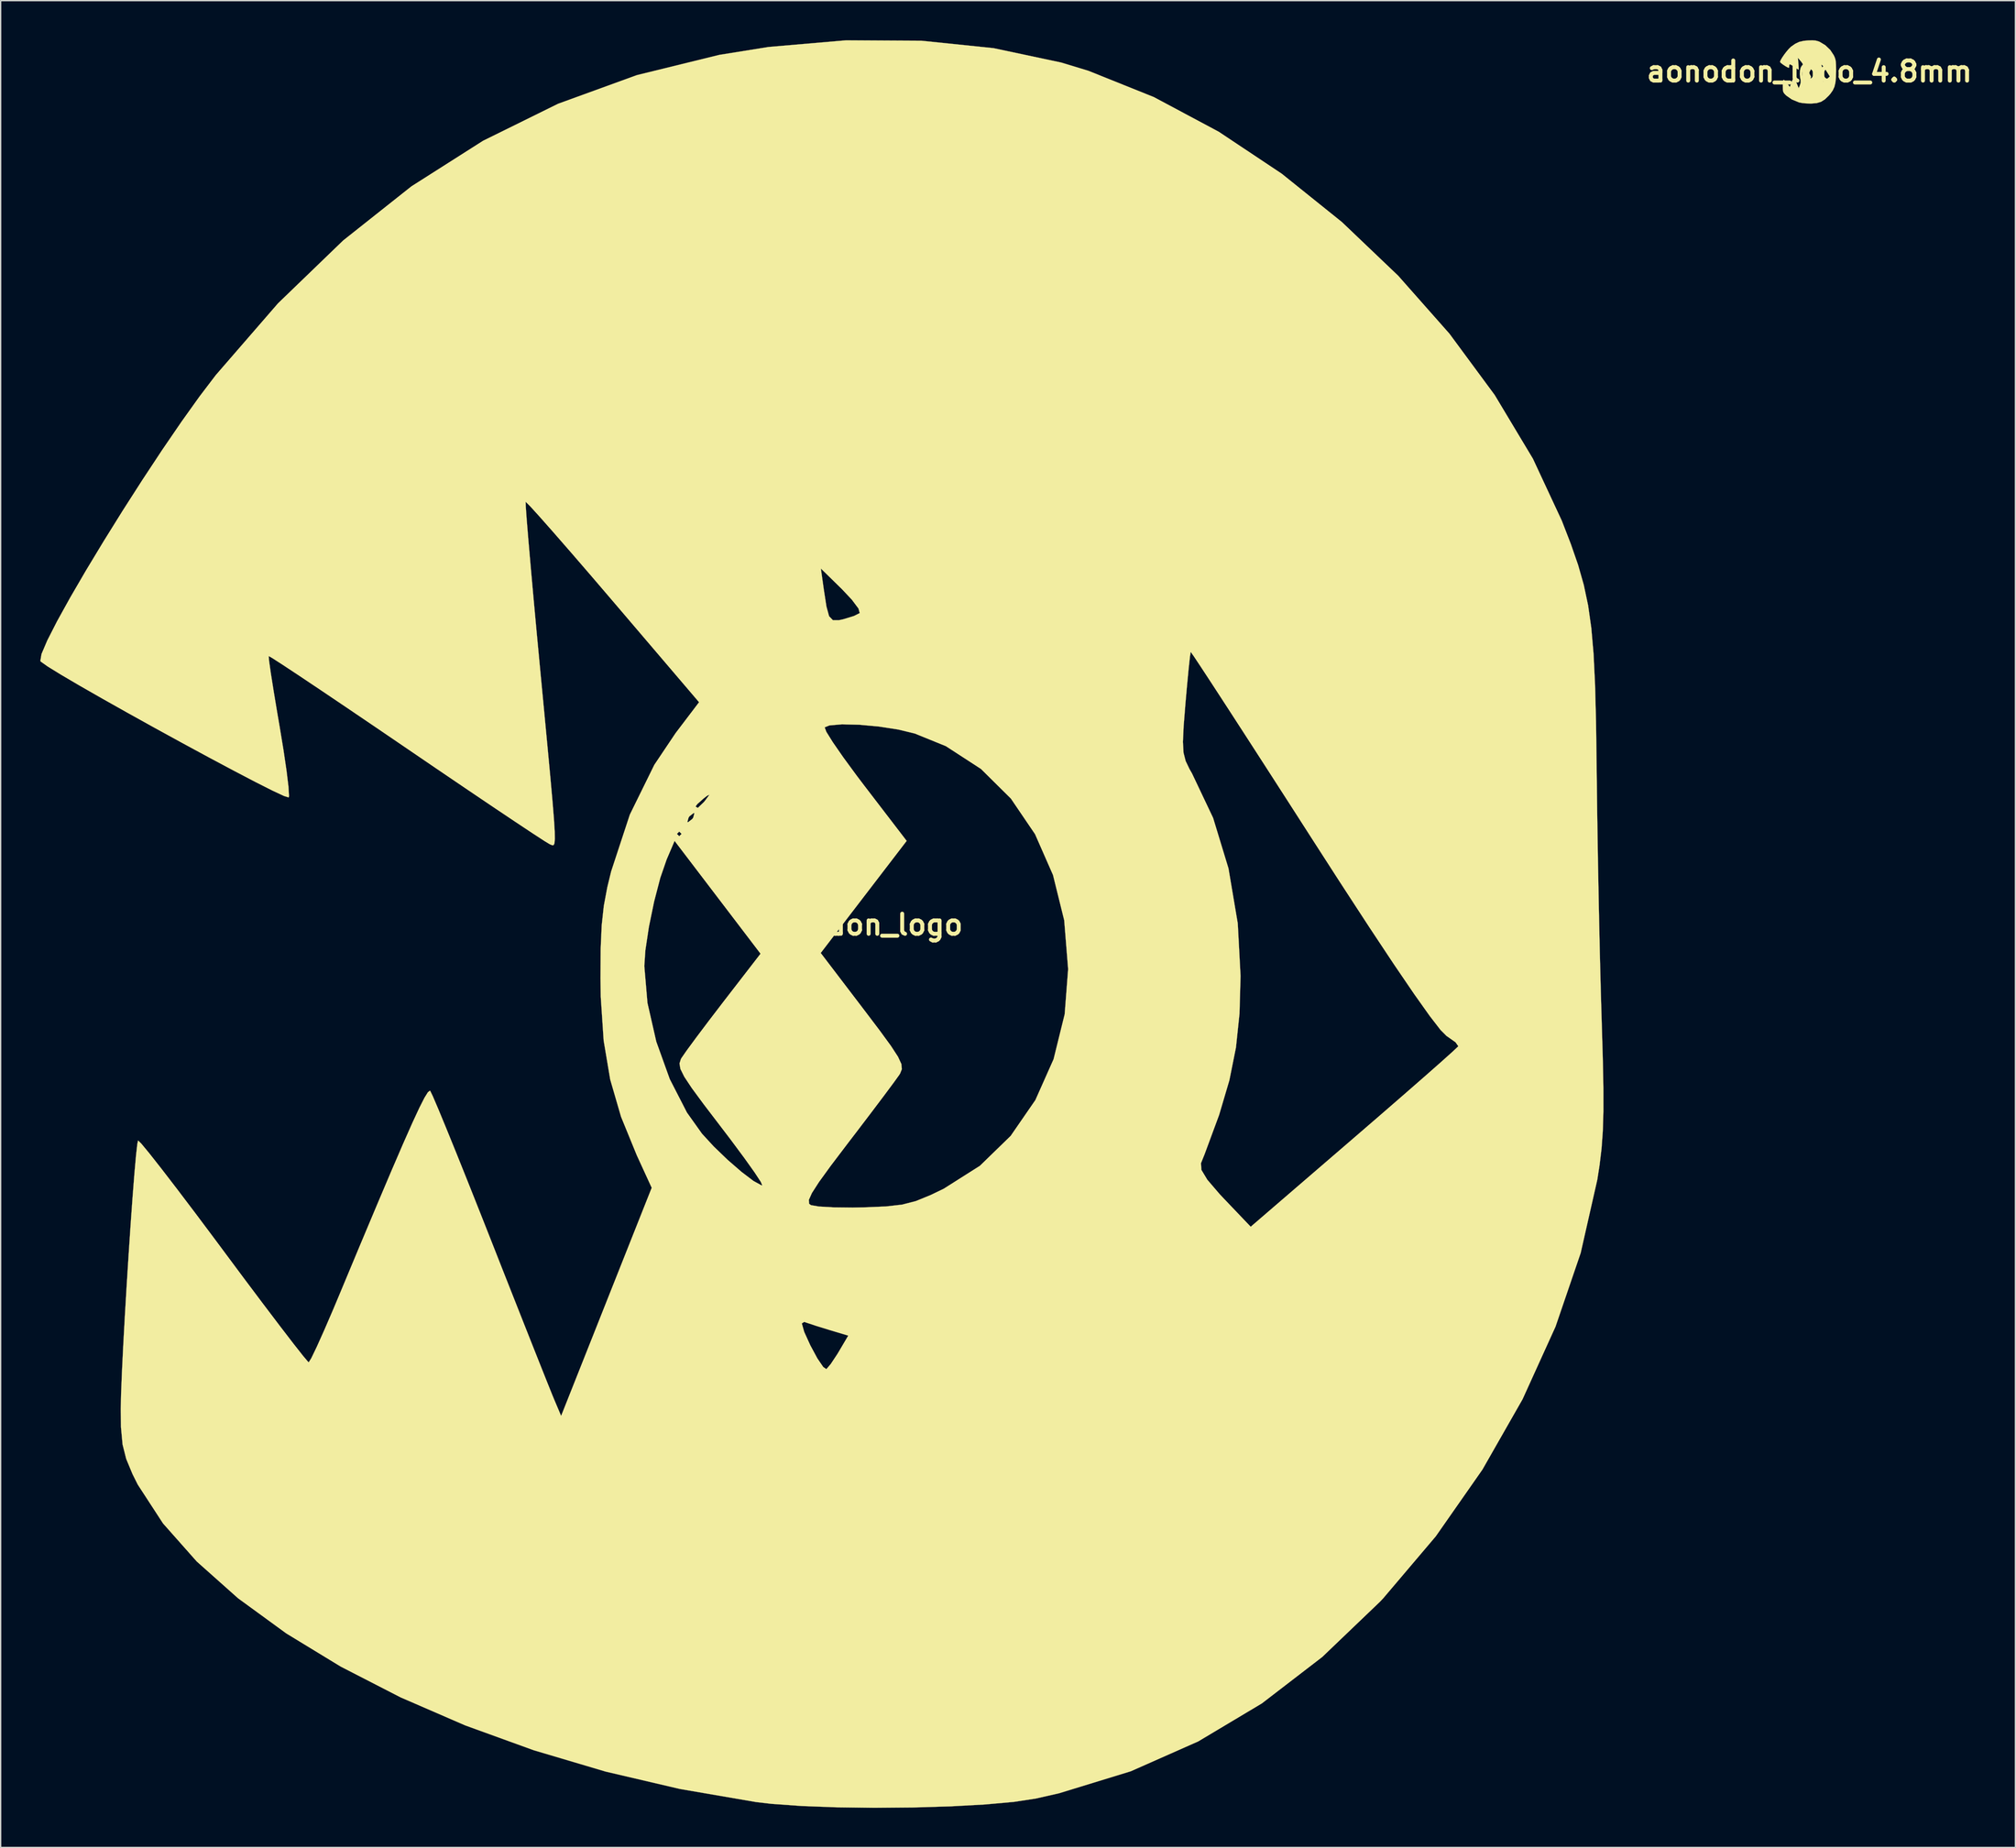
<source format=kicad_pcb>
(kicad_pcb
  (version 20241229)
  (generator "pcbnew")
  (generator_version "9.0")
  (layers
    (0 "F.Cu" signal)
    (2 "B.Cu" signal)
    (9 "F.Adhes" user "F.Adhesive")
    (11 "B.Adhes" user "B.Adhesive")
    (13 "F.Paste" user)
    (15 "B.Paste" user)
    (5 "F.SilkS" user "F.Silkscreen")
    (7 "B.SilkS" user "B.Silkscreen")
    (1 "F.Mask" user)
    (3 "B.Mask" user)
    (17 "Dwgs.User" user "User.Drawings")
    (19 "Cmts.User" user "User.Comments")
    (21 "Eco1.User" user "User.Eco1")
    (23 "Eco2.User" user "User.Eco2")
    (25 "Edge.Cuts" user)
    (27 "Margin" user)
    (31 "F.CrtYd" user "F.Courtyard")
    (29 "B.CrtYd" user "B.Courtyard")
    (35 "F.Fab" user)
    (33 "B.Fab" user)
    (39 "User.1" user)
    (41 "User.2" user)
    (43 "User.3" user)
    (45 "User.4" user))
  (footprint "aonodon_logo_4.8mm"
    (layer "F.Cu")
    (at 133.985 2.366)
    (property "Reference" "aonodon_logo_4.8mm" (at 0 0 0) (layer "F.SilkS") (effects (font (size 1.524 1.524) (thickness 0.3))))
    (attr through_hole)
    (fp_poly (pts (xy 0.461 -2.343) (xy 0.66 -2.291) (xy 0.78 -2.243) (xy 1.207 -1.986) (xy 1.577 -1.631) (xy 1.84 -1.234) (xy 1.917 -1.068) (xy 1.968 -0.913) (xy 1.998 -0.733) (xy 2.013 -0.494) (xy 2.018 -0.162) (xy 2.018 -0.034) (xy 2.007 0.461) (xy 1.968 0.849) (xy 1.892 1.162) (xy 1.769 1.429) (xy 1.59 1.684) (xy 1.474 1.819) (xy 1.18 2.106) (xy 0.888 2.292) (xy 0.558 2.394) (xy 0.146 2.429) (xy 0.035 2.429) (xy -0.274 2.417) (xy -0.566 2.386) (xy -0.785 2.343) (xy -0.8 2.338) (xy -1.328 2.12) (xy -1.746 1.83) (xy -1.792 1.788) (xy -1.913 1.662) (xy -1.981 1.545) (xy -2.011 1.389) (xy -2.018 1.148) (xy -2.018 1.1) (xy -2.01 0.863) (xy -1.987 0.694) (xy -1.956 0.626) (xy -1.955 0.626) (xy -1.88 0.678) (xy -1.76 0.809) (xy -1.689 0.901) (xy -1.486 1.176) (xy -1.363 0.832) (xy -1.284 0.638) (xy -1.214 0.513) (xy -1.184 0.487) (xy -1.131 0.546) (xy -1.049 0.7) (xy -0.972 0.876) (xy -0.814 1.265) (xy -0.717 1.034) (xy -0.66 0.842) (xy -0.663 0.713) (xy -0.031 0.713) (xy -0.021 0.759) (xy 0.056 0.765) (xy 0.194 0.717) (xy 0.331 0.609) (xy 0.491 0.353) (xy 0.53 0.082) (xy 0.451 -0.174) (xy 0.257 -0.38) (xy 0.244 -0.389) (xy 0.094 -0.461) (xy 0.016 -0.45) (xy 0.031 -0.367) (xy 0.068 -0.315) (xy 0.119 -0.21) (xy 0.073 -0.085) (xy 0.053 -0.053) (xy -0.014 0.08) (xy 0.012 0.195) (xy 0.052 0.26) (xy 0.116 0.389) (xy 0.095 0.502) (xy 0.041 0.592) (xy -0.031 0.713) (xy -0.663 0.713) (xy -0.665 0.638) (xy -0.698 0.48) (xy -0.729 0.224) (xy -0.726 0.154) (xy -0.557 0.154) (xy -0.55 0.3) (xy -0.517 0.327) (xy -0.443 0.264) (xy -0.369 0.131) (xy -0.371 0.04) (xy -0.443 -0.063) (xy -0.511 -0.043) (xy -0.553 0.085) (xy -0.557 0.154) (xy -0.726 0.154) (xy -0.716 -0.043) (xy -0.664 -0.277) (xy -0.582 -0.431) (xy -0.555 -0.453) (xy -0.499 -0.511) (xy -0.5 -0.516) (xy 0.914 -0.516) (xy 0.916 -0.442) (xy 0.974 -0.278) (xy 1.028 -0.032) (xy 1.029 0.301) (xy 1.025 0.35) (xy 1.015 0.569) (xy 1.025 0.72) (xy 1.049 0.765) (xy 1.136 0.723) (xy 1.277 0.616) (xy 1.328 0.572) (xy 1.545 0.378) (xy 1.25 -0.092) (xy 1.088 -0.336) (xy 0.974 -0.478) (xy 0.914 -0.516) (xy -0.5 -0.516) (xy -0.516 -0.594) (xy -0.616 -0.733) (xy -0.683 -0.813) (xy -0.872 -1.035) (xy -0.835 -0.587) (xy -0.819 -0.358) (xy -0.814 -0.197) (xy -0.821 -0.139) (xy -0.887 -0.175) (xy -1.03 -0.268) (xy -1.148 -0.348) (xy -1.351 -0.483) (xy -1.466 -0.542) (xy -1.517 -0.527) (xy -1.531 -0.445) (xy -1.531 -0.418) (xy -1.542 -0.304) (xy -1.557 -0.278) (xy -1.659 -0.314) (xy -1.819 -0.404) (xy -1.994 -0.519) (xy -2.143 -0.631) (xy -2.223 -0.713) (xy -2.227 -0.726) (xy -2.184 -0.848) (xy -2.072 -1.042) (xy -1.915 -1.273) (xy -1.736 -1.509) (xy -1.558 -1.717) (xy -1.407 -1.865) (xy -1.398 -1.873) (xy -1.076 -2.099) (xy -0.775 -2.242) (xy -0.438 -2.32) (xy -0.098 -2.352) (xy 0.225 -2.361) (xy 0.461 -2.343)) (stroke (width 0.01) (type solid)) (fill yes) (layer "F.SilkS")))
  (footprint "aonodon_logo"
    (layer "F.Cu")
    (at 61.974 67.009)
    (property "Reference" "aonodon_logo" (at 0 0 0) (layer "F.SilkS") (effects (font (size 1.524 1.524) (thickness 0.3))))
    (attr through_hole)
    (fp_poly (pts (xy 4.765 -66.972) (xy 10.222 -66.41) (xy 15.331 -65.324) (xy 17.395 -64.698) (xy 22.365 -62.702) (xy 27.277 -60.076) (xy 32.05 -56.895) (xy 36.605 -53.234) (xy 40.864 -49.17) (xy 44.747 -44.777) (xy 48.175 -40.13) (xy 51.069 -35.305) (xy 53.26 -30.602) (xy 53.941 -28.842) (xy 54.49 -27.26) (xy 54.921 -25.745) (xy 55.25 -24.189) (xy 55.492 -22.481) (xy 55.663 -20.514) (xy 55.776 -18.178) (xy 55.849 -15.363) (xy 55.895 -11.962) (xy 55.898 -11.652) (xy 55.938 -8.426) (xy 55.994 -4.903) (xy 56.062 -1.297) (xy 56.138 2.18) (xy 56.219 5.316) (xy 56.276 7.232) (xy 56.361 10.076) (xy 56.406 12.343) (xy 56.407 14.162) (xy 56.362 15.661) (xy 56.267 16.969) (xy 56.118 18.213) (xy 55.946 19.319) (xy 54.686 24.875) (xy 52.781 30.453) (xy 50.283 35.956) (xy 47.243 41.285) (xy 43.71 46.342) (xy 39.737 51.027) (xy 39.485 51.295) (xy 35.116 55.478) (xy 30.54 58.998) (xy 25.72 61.878) (xy 20.615 64.139) (xy 15.186 65.805) (xy 13.406 66.209) (xy 11.756 66.459) (xy 9.557 66.656) (xy 6.96 66.798) (xy 4.119 66.882) (xy 1.188 66.906) (xy -1.68 66.87) (xy -4.332 66.77) (xy -6.614 66.605) (xy -7.761 66.472) (xy -13.529 65.48) (xy -19.16 64.162) (xy -24.601 62.546) (xy -29.795 60.662) (xy -34.687 58.539) (xy -39.221 56.207) (xy -43.343 53.694) (xy -46.996 51.03) (xy -50.125 48.243) (xy -52.675 45.363) (xy -54.59 42.42) (xy -54.986 41.628) (xy -55.466 40.472) (xy -55.741 39.379) (xy -55.861 38.076) (xy -55.879 36.689) (xy -55.852 35.518) (xy -55.788 33.894) (xy -55.692 31.924) (xy -55.571 29.717) (xy -55.433 27.378) (xy -55.284 25.016) (xy -55.132 22.737) (xy -54.983 20.649) (xy -54.844 18.86) (xy -54.721 17.476) (xy -54.623 16.605) (xy -54.567 16.35) (xy -54.327 16.582) (xy -53.721 17.315) (xy -52.803 18.481) (xy -51.626 20.012) (xy -50.242 21.839) (xy -48.703 23.896) (xy -48.123 24.677) (xy -46.539 26.807) (xy -45.088 28.74) (xy -43.824 30.408) (xy -42.801 31.741) (xy -42.07 32.669) (xy -41.687 33.122) (xy -41.644 33.156) (xy -41.449 32.846) (xy -41.039 31.995) (xy -40.464 30.713) (xy -39.774 29.113) (xy -39.361 28.129) (xy -37.796 24.377) (xy -36.476 21.235) (xy -35.383 18.657) (xy -34.496 16.6) (xy -33.796 15.02) (xy -33.263 13.872) (xy -32.877 13.112) (xy -32.618 12.695) (xy -32.468 12.577) (xy -32.442 12.591) (xy -32.254 12.977) (xy -31.841 13.942) (xy -31.236 15.405) (xy -30.471 17.288) (xy -29.579 19.512) (xy -28.592 21.997) (xy -27.894 23.765) (xy -26.843 26.436) (xy -25.851 28.948) (xy -24.956 31.212) (xy -24.192 33.139) (xy -23.594 34.64) (xy -23.197 35.627) (xy -23.07 35.936) (xy -22.528 37.218) (xy -19.744 30.205) (xy -4.3 30.205) (xy -4.12 30.847) (xy -3.658 31.863) (xy -3.121 32.86) (xy -2.676 33.511) (xy -2.441 33.673) (xy -2.112 33.291) (xy -1.616 32.542) (xy -1.485 32.325) (xy -0.782 31.133) (xy -2.191 30.711) (xy -3.209 30.396) (xy -3.986 30.139) (xy -4.112 30.093) (xy -4.3 30.205) (xy -19.744 30.205) (xy -19.098 28.575) (xy -16.032 20.851) (xy -3.768 20.851) (xy -3.746 21.142) (xy -3.605 21.249) (xy -3.001 21.353) (xy -1.883 21.416) (xy -0.441 21.431) (xy 0.392 21.416) (xy 2.065 21.347) (xy 3.293 21.208) (xy 4.339 20.939) (xy 5.463 20.479) (xy 6.445 20.006) (xy 9.187 18.268) (xy 11.516 16.004) (xy 13.39 13.286) (xy 14.768 10.189) (xy 15.608 6.785) (xy 15.87 3.365) (xy 15.573 -0.335) (xy 14.725 -3.764) (xy 13.365 -6.859) (xy 11.533 -9.559) (xy 9.269 -11.801) (xy 6.613 -13.526) (xy 5.817 -13.85) (xy 24.563 -13.85) (xy 24.609 -13.03) (xy 24.769 -12.402) (xy 25.06 -11.794) (xy 25.25 -11.462) (xy 26.849 -8.091) (xy 28.014 -4.265) (xy 28.716 -0.103) (xy 28.928 3.881) (xy 28.849 6.731) (xy 28.581 9.296) (xy 28.082 11.785) (xy 27.306 14.409) (xy 26.209 17.376) (xy 25.931 18.07) (xy 25.96 18.572) (xy 26.411 19.323) (xy 27.34 20.408) (xy 27.691 20.781) (xy 29.697 22.885) (xy 37.514 16.15) (xy 39.504 14.431) (xy 41.312 12.861) (xy 42.873 11.497) (xy 44.118 10.399) (xy 44.98 9.626) (xy 45.392 9.237) (xy 45.418 9.205) (xy 45.208 8.906) (xy 44.584 8.466) (xy 44.536 8.438) (xy 44.075 7.975) (xy 43.255 6.913) (xy 42.081 5.259) (xy 40.556 3.019) (xy 38.686 0.199) (xy 36.475 -3.194) (xy 34.396 -6.422) (xy 32.566 -9.272) (xy 30.855 -11.93) (xy 29.3 -14.34) (xy 27.937 -16.445) (xy 26.804 -18.187) (xy 25.938 -19.509) (xy 25.376 -20.355) (xy 25.154 -20.667) (xy 25.152 -20.668) (xy 25.096 -20.317) (xy 24.997 -19.407) (xy 24.871 -18.083) (xy 24.753 -16.745) (xy 24.617 -15.031) (xy 24.563 -13.85) (xy 5.817 -13.85) (xy 4.259 -14.483) (xy 3.004 -14.787) (xy 1.539 -15.014) (xy 0.056 -15.15) (xy -1.257 -15.182) (xy -2.208 -15.098) (xy -2.569 -14.952) (xy -2.442 -14.613) (xy -1.948 -13.82) (xy -1.157 -12.678) (xy -0.137 -11.287) (xy 0.427 -10.543) (xy 3.641 -6.35) (xy 0.386 -2.104) (xy -2.868 2.143) (xy 0.36 6.379) (xy 1.596 8.011) (xy 2.452 9.185) (xy 2.982 9.999) (xy 3.239 10.553) (xy 3.276 10.944) (xy 3.146 11.272) (xy 3.07 11.393) (xy 2.68 11.936) (xy 1.948 12.921) (xy 0.962 14.229) (xy -0.189 15.743) (xy -0.83 16.58) (xy -2.113 18.272) (xy -2.999 19.495) (xy -3.535 20.328) (xy -3.768 20.851) (xy -16.032 20.851) (xy -15.667 19.932) (xy -16.8 17.462) (xy -17.989 14.553) (xy -18.809 11.734) (xy -19.306 8.781) (xy -19.526 5.467) (xy -19.547 4.057) (xy -19.541 3.129) (xy -16.228 3.129) (xy -15.989 5.93) (xy -15.321 8.86) (xy -14.299 11.701) (xy -12.998 14.236) (xy -11.857 15.838) (xy -10.964 16.809) (xy -9.917 17.816) (xy -8.868 18.726) (xy -7.968 19.411) (xy -7.369 19.74) (xy -7.296 19.752) (xy -7.401 19.491) (xy -7.875 18.767) (xy -8.654 17.674) (xy -9.671 16.303) (xy -10.437 15.297) (xy -11.725 13.61) (xy -12.628 12.383) (xy -13.2 11.52) (xy -13.493 10.929) (xy -13.563 10.516) (xy -13.461 10.187) (xy -13.408 10.094) (xy -13.021 9.536) (xy -12.301 8.556) (xy -11.348 7.29) (xy -10.263 5.872) (xy -10.187 5.773) (xy -7.425 2.198) (xy -10.68 -2.076) (xy -13.935 -6.35) (xy -14.538 -4.938) (xy -15.018 -3.549) (xy -15.485 -1.754) (xy -15.881 0.168) (xy -16.147 1.94) (xy -16.228 3.129) (xy -19.541 3.129) (xy -19.532 1.809) (xy -19.455 0.052) (xy -19.294 -1.428) (xy -19.029 -2.844) (xy -18.738 -4.037) (xy -17.804 -6.879) (xy -13.758 -6.879) (xy -13.582 -6.703) (xy -13.406 -6.879) (xy -13.582 -7.056) (xy -13.758 -6.879) (xy -17.804 -6.879) (xy -17.506 -7.784) (xy -12.966 -7.784) (xy -12.918 -7.761) (xy -12.596 -8.009) (xy -12.524 -8.114) (xy -12.434 -8.444) (xy -12.482 -8.467) (xy -12.804 -8.218) (xy -12.876 -8.114) (xy -12.966 -7.784) (xy -17.506 -7.784) (xy -17.324 -8.338) (xy -17.022 -8.953) (xy -12.347 -8.953) (xy -12.176 -8.847) (xy -11.707 -9.3) (xy -11.597 -9.437) (xy -11.292 -9.855) (xy -11.474 -9.767) (xy -11.73 -9.57) (xy -12.218 -9.135) (xy -12.347 -8.953) (xy -17.022 -8.953) (xy -15.468 -12.114) (xy -13.859 -14.514) (xy -12.081 -16.856) (xy -18.6 -24.502) (xy -20.277 -26.462) (xy -20.731 -26.988) (xy -2.857 -26.988) (xy -2.634 -25.4) (xy -2.434 -24.103) (xy -2.234 -23.371) (xy -1.946 -23.073) (xy -1.482 -23.073) (xy -1.154 -23.144) (xy -0.349 -23.39) (xy 0.087 -23.61) (xy -0.007 -23.955) (xy -0.511 -24.626) (xy -1.253 -25.416) (xy -2.857 -26.988) (xy -20.731 -26.988) (xy -21.801 -28.228) (xy -23.114 -29.734) (xy -24.157 -30.915) (xy -24.872 -31.703) (xy -25.201 -32.032) (xy -25.215 -32.037) (xy -25.205 -31.673) (xy -25.134 -30.687) (xy -25.009 -29.158) (xy -24.836 -27.169) (xy -24.624 -24.797) (xy -24.378 -22.125) (xy -24.138 -19.579) (xy -23.808 -16.114) (xy -23.541 -13.287) (xy -23.331 -11.035) (xy -23.176 -9.295) (xy -23.072 -8.002) (xy -23.016 -7.092) (xy -23.004 -6.503) (xy -23.031 -6.17) (xy -23.096 -6.029) (xy -23.194 -6.017) (xy -23.322 -6.07) (xy -23.386 -6.096) (xy -23.774 -6.33) (xy -24.675 -6.916) (xy -26.019 -7.809) (xy -27.739 -8.961) (xy -29.763 -10.328) (xy -32.024 -11.862) (xy -34.215 -13.355) (xy -36.611 -14.987) (xy -38.817 -16.482) (xy -40.765 -17.795) (xy -42.391 -18.883) (xy -43.629 -19.701) (xy -44.412 -20.206) (xy -44.674 -20.354) (xy -44.647 -19.997) (xy -44.515 -19.067) (xy -44.297 -17.687) (xy -44.014 -15.981) (xy -43.855 -15.059) (xy -43.553 -13.226) (xy -43.321 -11.647) (xy -43.177 -10.448) (xy -43.136 -9.757) (xy -43.158 -9.641) (xy -43.508 -9.748) (xy -44.379 -10.155) (xy -45.678 -10.811) (xy -47.312 -11.666) (xy -49.191 -12.668) (xy -51.22 -13.767) (xy -53.309 -14.913) (xy -55.365 -16.055) (xy -57.296 -17.142) (xy -59.01 -18.123) (xy -60.415 -18.949) (xy -61.417 -19.567) (xy -61.926 -19.928) (xy -61.969 -19.979) (xy -61.88 -20.508) (xy -61.442 -21.537) (xy -60.703 -22.986) (xy -59.713 -24.774) (xy -58.522 -26.821) (xy -57.178 -29.046) (xy -55.733 -31.368) (xy -54.235 -33.705) (xy -52.734 -35.979) (xy -51.279 -38.107) (xy -49.921 -40.009) (xy -48.708 -41.604) (xy -48.671 -41.651) (xy -43.969 -47.076) (xy -39.037 -51.837) (xy -33.865 -55.94) (xy -28.441 -59.392) (xy -22.755 -62.198) (xy -16.797 -64.365) (xy -10.556 -65.899) (xy -6.822 -66.499) (xy -0.948 -67.004) (xy 4.765 -66.972)) (stroke (width 0.01) (type solid)) (fill yes) (layer "F.SilkS")))
  (gr_rect
    (start -3 -3)
    (end 149.583 136.92)
    (stroke (width 0.1) (type default))
    (fill no)
    (layer "Edge.Cuts")))
</source>
